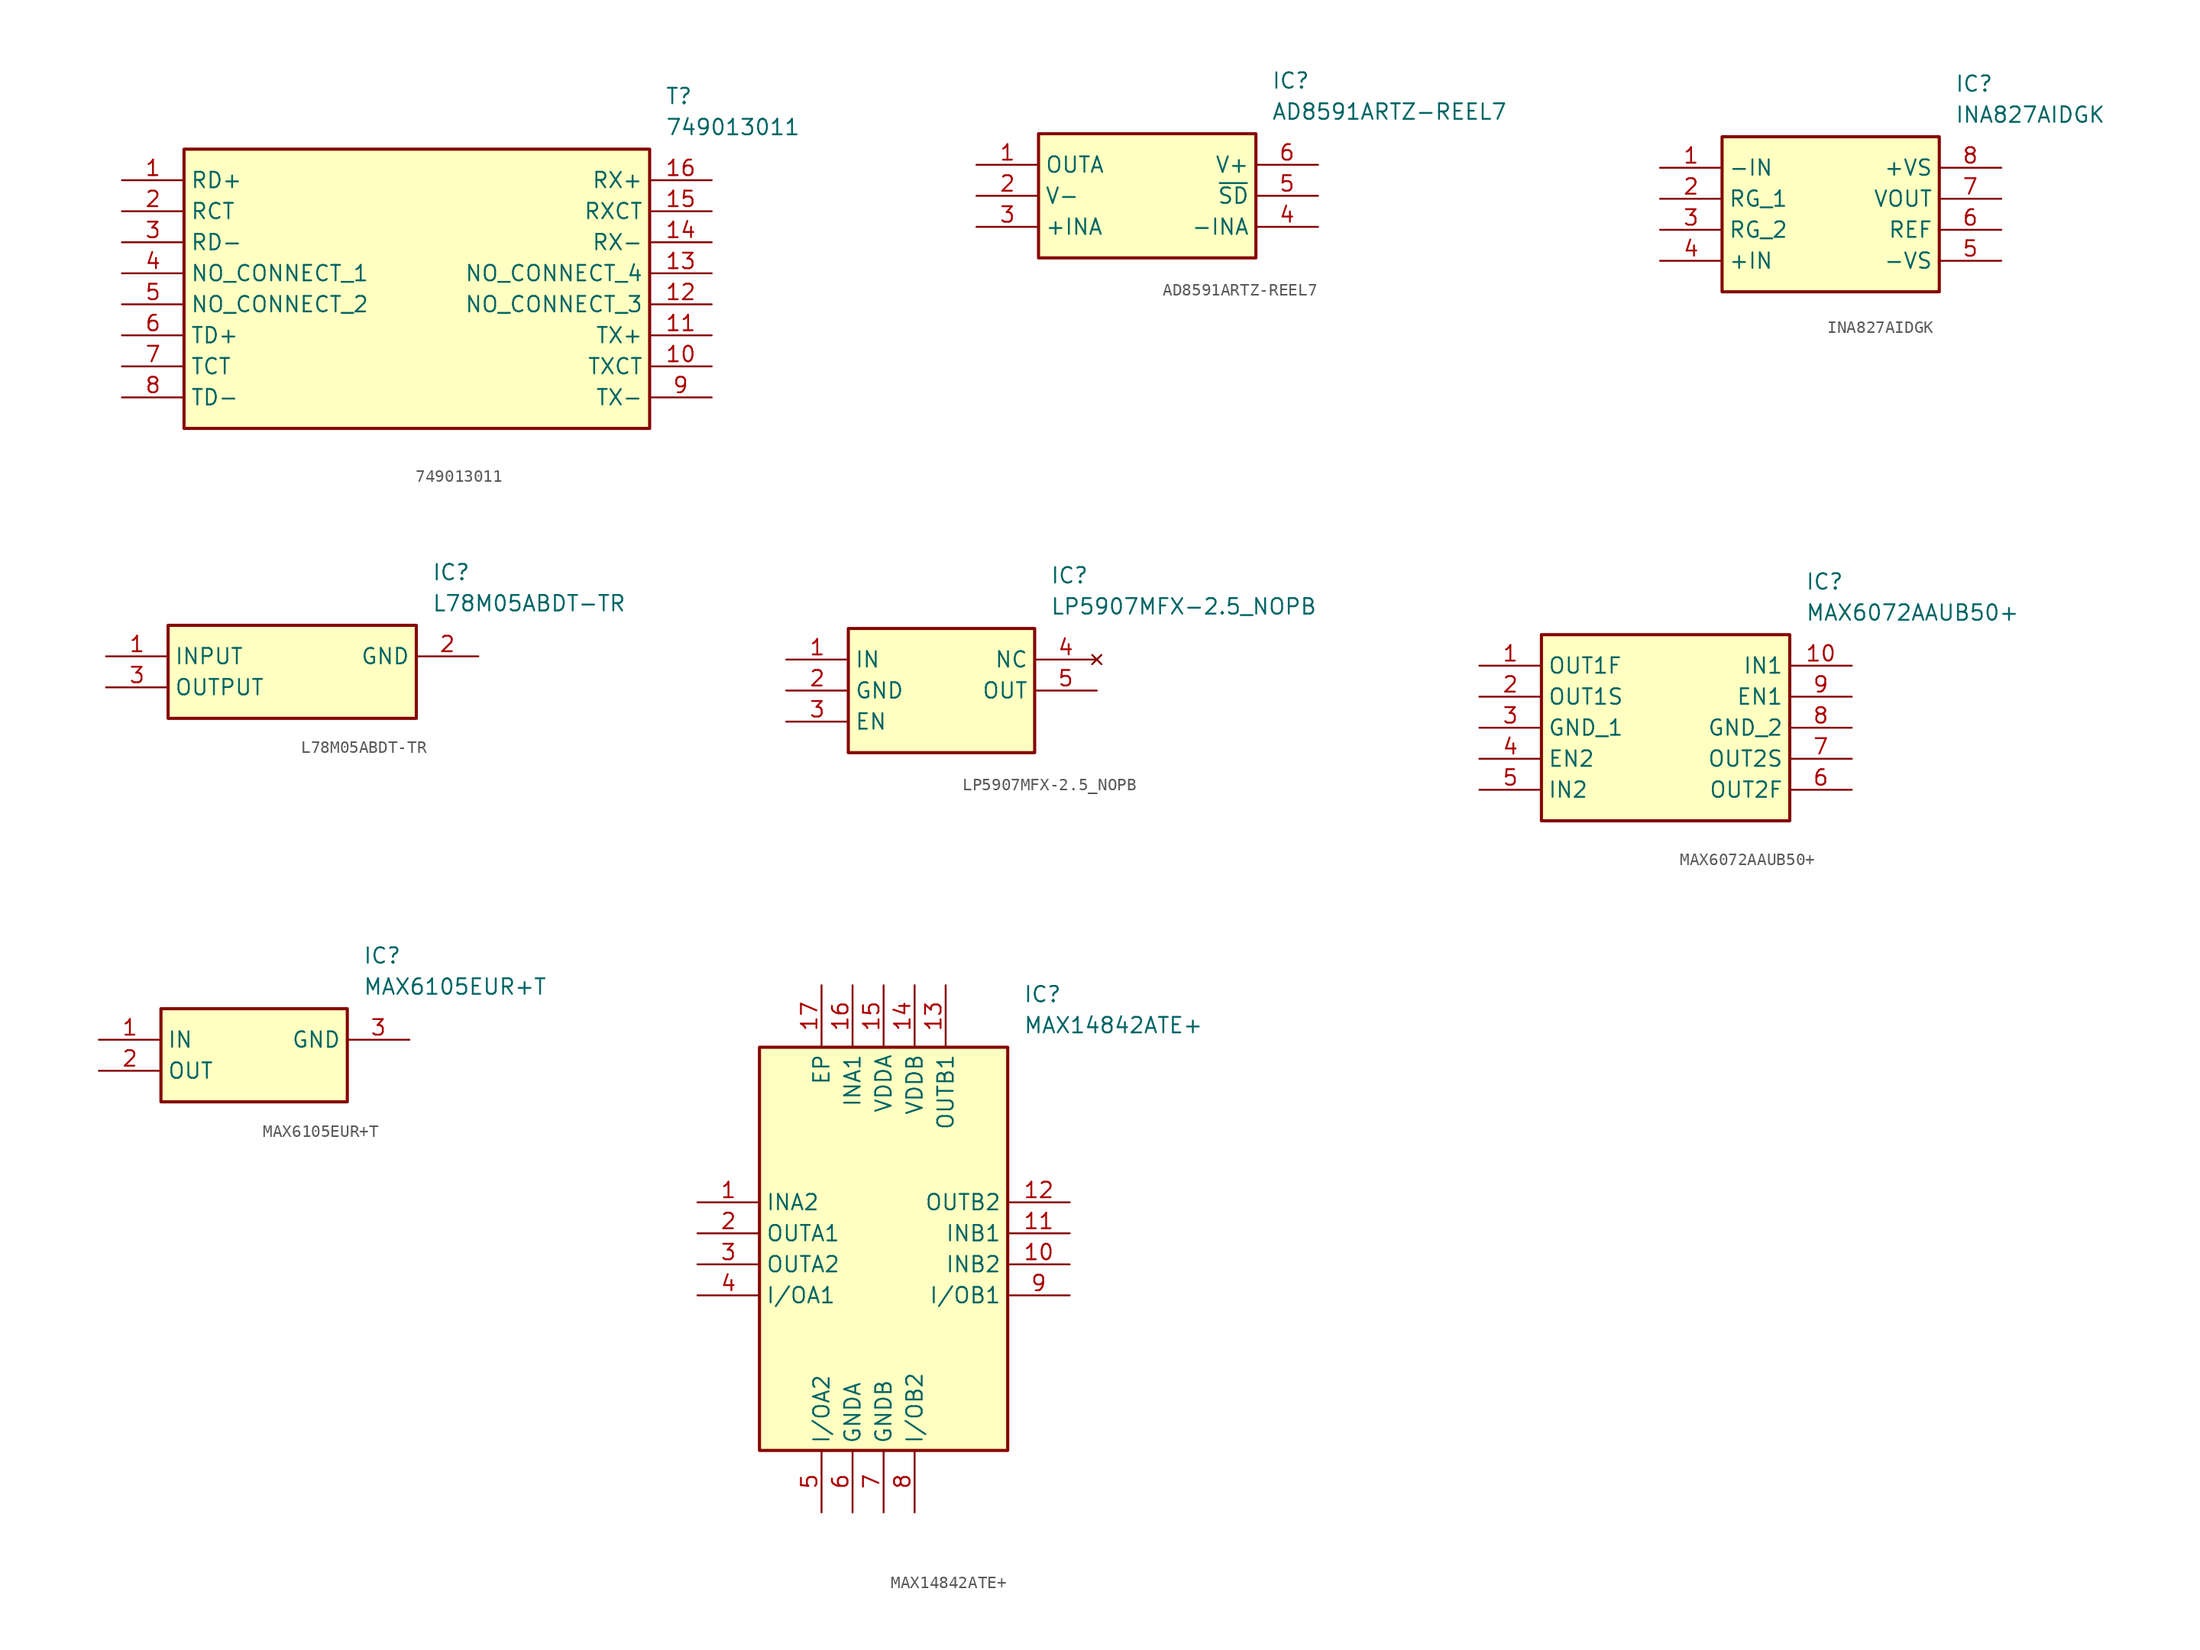
<source format=kicad_sym>
(kicad_symbol_lib
  (version 20241209)
  (generator "kicad_symbol_editor")
  (generator_version "9.0")
  (symbol "749013011"
    (property "Reference" "T"
      (at 44.45 7.62 0)
      (effects (font (size 1.27 1.27)) (justify left top)))
    (property "Value" "749013011"
      (at 44.45 5.08 0)
      (effects (font (size 1.27 1.27)) (justify left top)))
    (symbol "749013011_1_1"
      (rectangle (start 5.08 2.54) (end 43.18 -20.32) (stroke (width 0.254) (type default)) (fill (type background)))
      (pin passive line (at 0 0 0) (length 5.08) (name "RD+" (effects (font (size 1.27 1.27)))) (number "1" (effects (font (size 1.27 1.27)))))
      (pin passive line (at 0 -2.54 0) (length 5.08) (name "RCT" (effects (font (size 1.27 1.27)))) (number "2" (effects (font (size 1.27 1.27)))))
      (pin passive line (at 0 -5.08 0) (length 5.08) (name "RD-" (effects (font (size 1.27 1.27)))) (number "3" (effects (font (size 1.27 1.27)))))
      (pin passive line (at 0 -7.62 0) (length 5.08) (name "NO_CONNECT_1" (effects (font (size 1.27 1.27)))) (number "4" (effects (font (size 1.27 1.27)))))
      (pin passive line (at 0 -10.16 0) (length 5.08) (name "NO_CONNECT_2" (effects (font (size 1.27 1.27)))) (number "5" (effects (font (size 1.27 1.27)))))
      (pin passive line (at 0 -12.7 0) (length 5.08) (name "TD+" (effects (font (size 1.27 1.27)))) (number "6" (effects (font (size 1.27 1.27)))))
      (pin passive line (at 0 -15.24 0) (length 5.08) (name "TCT" (effects (font (size 1.27 1.27)))) (number "7" (effects (font (size 1.27 1.27)))))
      (pin passive line (at 0 -17.78 0) (length 5.08) (name "TD-" (effects (font (size 1.27 1.27)))) (number "8" (effects (font (size 1.27 1.27)))))
      (pin passive line (at 48.26 0 180) (length 5.08) (name "RX+" (effects (font (size 1.27 1.27)))) (number "16" (effects (font (size 1.27 1.27)))))
      (pin passive line (at 48.26 -2.54 180) (length 5.08) (name "RXCT" (effects (font (size 1.27 1.27)))) (number "15" (effects (font (size 1.27 1.27)))))
      (pin passive line (at 48.26 -5.08 180) (length 5.08) (name "RX-" (effects (font (size 1.27 1.27)))) (number "14" (effects (font (size 1.27 1.27)))))
      (pin passive line (at 48.26 -7.62 180) (length 5.08) (name "NO_CONNECT_4" (effects (font (size 1.27 1.27)))) (number "13" (effects (font (size 1.27 1.27)))))
      (pin passive line (at 48.26 -10.16 180) (length 5.08) (name "NO_CONNECT_3" (effects (font (size 1.27 1.27)))) (number "12" (effects (font (size 1.27 1.27)))))
      (pin passive line (at 48.26 -12.7 180) (length 5.08) (name "TX+" (effects (font (size 1.27 1.27)))) (number "11" (effects (font (size 1.27 1.27)))))
      (pin passive line (at 48.26 -15.24 180) (length 5.08) (name "TXCT" (effects (font (size 1.27 1.27)))) (number "10" (effects (font (size 1.27 1.27)))))
      (pin passive line (at 48.26 -17.78 180) (length 5.08) (name "TX-" (effects (font (size 1.27 1.27)))) (number "9" (effects (font (size 1.27 1.27)))))))
  (symbol "AD8591ARTZ-REEL7"
    (property "Reference" "IC"
      (at 24.13 7.62 0)
      (effects (font (size 1.27 1.27)) (justify left top)))
    (property "Value" "AD8591ARTZ-REEL7"
      (at 24.13 5.08 0)
      (effects (font (size 1.27 1.27)) (justify left top)))
    (symbol "AD8591ARTZ-REEL7_1_1"
      (rectangle (start 5.08 2.54) (end 22.86 -7.62) (stroke (width 0.254) (type default)) (fill (type background)))
      (pin passive line (at 0 0 0) (length 5.08) (name "OUTA" (effects (font (size 1.27 1.27)))) (number "1" (effects (font (size 1.27 1.27)))))
      (pin passive line (at 0 -2.54 0) (length 5.08) (name "V-" (effects (font (size 1.27 1.27)))) (number "2" (effects (font (size 1.27 1.27)))))
      (pin passive line (at 0 -5.08 0) (length 5.08) (name "+INA" (effects (font (size 1.27 1.27)))) (number "3" (effects (font (size 1.27 1.27)))))
      (pin passive line (at 27.94 0 180) (length 5.08) (name "V+" (effects (font (size 1.27 1.27)))) (number "6" (effects (font (size 1.27 1.27)))))
      (pin passive line (at 27.94 -2.54 180) (length 5.08) (name "~{SD}" (effects (font (size 1.27 1.27)))) (number "5" (effects (font (size 1.27 1.27)))))
      (pin passive line (at 27.94 -5.08 180) (length 5.08) (name "-INA" (effects (font (size 1.27 1.27)))) (number "4" (effects (font (size 1.27 1.27)))))))
  (symbol "INA827AIDGK"
    (property "Reference" "IC"
      (at 24.13 7.62 0)
      (effects (font (size 1.27 1.27)) (justify left top)))
    (property "Value" "INA827AIDGK"
      (at 24.13 5.08 0)
      (effects (font (size 1.27 1.27)) (justify left top)))
    (symbol "INA827AIDGK_1_1"
      (rectangle (start 5.08 2.54) (end 22.86 -10.16) (stroke (width 0.254) (type default)) (fill (type background)))
      (pin passive line (at 0 0 0) (length 5.08) (name "-IN" (effects (font (size 1.27 1.27)))) (number "1" (effects (font (size 1.27 1.27)))))
      (pin passive line (at 0 -2.54 0) (length 5.08) (name "RG_1" (effects (font (size 1.27 1.27)))) (number "2" (effects (font (size 1.27 1.27)))))
      (pin passive line (at 0 -5.08 0) (length 5.08) (name "RG_2" (effects (font (size 1.27 1.27)))) (number "3" (effects (font (size 1.27 1.27)))))
      (pin passive line (at 0 -7.62 0) (length 5.08) (name "+IN" (effects (font (size 1.27 1.27)))) (number "4" (effects (font (size 1.27 1.27)))))
      (pin passive line (at 27.94 0 180) (length 5.08) (name "+VS" (effects (font (size 1.27 1.27)))) (number "8" (effects (font (size 1.27 1.27)))))
      (pin passive line (at 27.94 -2.54 180) (length 5.08) (name "VOUT" (effects (font (size 1.27 1.27)))) (number "7" (effects (font (size 1.27 1.27)))))
      (pin passive line (at 27.94 -5.08 180) (length 5.08) (name "REF" (effects (font (size 1.27 1.27)))) (number "6" (effects (font (size 1.27 1.27)))))
      (pin passive line (at 27.94 -7.62 180) (length 5.08) (name "-VS" (effects (font (size 1.27 1.27)))) (number "5" (effects (font (size 1.27 1.27)))))))
  (symbol "L78M05ABDT-TR"
    (property "Reference" "IC"
      (at 26.67 7.62 0)
      (effects (font (size 1.27 1.27)) (justify left top)))
    (property "Value" "L78M05ABDT-TR"
      (at 26.67 5.08 0)
      (effects (font (size 1.27 1.27)) (justify left top)))
    (symbol "L78M05ABDT-TR_1_1"
      (rectangle (start 5.08 2.54) (end 25.4 -5.08) (stroke (width 0.254) (type default)) (fill (type background)))
      (pin passive line (at 0 0 0) (length 5.08) (name "INPUT" (effects (font (size 1.27 1.27)))) (number "1" (effects (font (size 1.27 1.27)))))
      (pin passive line (at 0 -2.54 0) (length 5.08) (name "OUTPUT" (effects (font (size 1.27 1.27)))) (number "3" (effects (font (size 1.27 1.27)))))
      (pin passive line (at 30.48 0 180) (length 5.08) (name "GND" (effects (font (size 1.27 1.27)))) (number "2" (effects (font (size 1.27 1.27)))))))
  (symbol "LP5907MFX-2.5_NOPB"
    (property "Reference" "IC"
      (at 21.59 7.62 0)
      (effects (font (size 1.27 1.27)) (justify left top)))
    (property "Value" "LP5907MFX-2.5_NOPB"
      (at 21.59 5.08 0)
      (effects (font (size 1.27 1.27)) (justify left top)))
    (symbol "LP5907MFX-2.5_NOPB_1_1"
      (rectangle (start 5.08 2.54) (end 20.32 -7.62) (stroke (width 0.254) (type default)) (fill (type background)))
      (pin passive line (at 0 0 0) (length 5.08) (name "IN" (effects (font (size 1.27 1.27)))) (number "1" (effects (font (size 1.27 1.27)))))
      (pin passive line (at 0 -2.54 0) (length 5.08) (name "GND" (effects (font (size 1.27 1.27)))) (number "2" (effects (font (size 1.27 1.27)))))
      (pin passive line (at 0 -5.08 0) (length 5.08) (name "EN" (effects (font (size 1.27 1.27)))) (number "3" (effects (font (size 1.27 1.27)))))
      (pin no_connect line (at 25.4 0 180) (length 5.08) (name "NC" (effects (font (size 1.27 1.27)))) (number "4" (effects (font (size 1.27 1.27)))))
      (pin passive line (at 25.4 -2.54 180) (length 5.08) (name "OUT" (effects (font (size 1.27 1.27)))) (number "5" (effects (font (size 1.27 1.27)))))))
  (symbol "MAX6072AAUB50+"
    (property "Reference" "IC"
      (at 26.67 7.62 0)
      (effects (font (size 1.27 1.27)) (justify left top)))
    (property "Value" "MAX6072AAUB50+"
      (at 26.67 5.08 0)
      (effects (font (size 1.27 1.27)) (justify left top)))
    (symbol "MAX6072AAUB50+_1_1"
      (rectangle (start 5.08 2.54) (end 25.4 -12.7) (stroke (width 0.254) (type default)) (fill (type background)))
      (pin passive line (at 0 0 0) (length 5.08) (name "OUT1F" (effects (font (size 1.27 1.27)))) (number "1" (effects (font (size 1.27 1.27)))))
      (pin passive line (at 0 -2.54 0) (length 5.08) (name "OUT1S" (effects (font (size 1.27 1.27)))) (number "2" (effects (font (size 1.27 1.27)))))
      (pin passive line (at 0 -5.08 0) (length 5.08) (name "GND_1" (effects (font (size 1.27 1.27)))) (number "3" (effects (font (size 1.27 1.27)))))
      (pin passive line (at 0 -7.62 0) (length 5.08) (name "EN2" (effects (font (size 1.27 1.27)))) (number "4" (effects (font (size 1.27 1.27)))))
      (pin passive line (at 0 -10.16 0) (length 5.08) (name "IN2" (effects (font (size 1.27 1.27)))) (number "5" (effects (font (size 1.27 1.27)))))
      (pin passive line (at 30.48 0 180) (length 5.08) (name "IN1" (effects (font (size 1.27 1.27)))) (number "10" (effects (font (size 1.27 1.27)))))
      (pin passive line (at 30.48 -2.54 180) (length 5.08) (name "EN1" (effects (font (size 1.27 1.27)))) (number "9" (effects (font (size 1.27 1.27)))))
      (pin passive line (at 30.48 -5.08 180) (length 5.08) (name "GND_2" (effects (font (size 1.27 1.27)))) (number "8" (effects (font (size 1.27 1.27)))))
      (pin passive line (at 30.48 -7.62 180) (length 5.08) (name "OUT2S" (effects (font (size 1.27 1.27)))) (number "7" (effects (font (size 1.27 1.27)))))
      (pin passive line (at 30.48 -10.16 180) (length 5.08) (name "OUT2F" (effects (font (size 1.27 1.27)))) (number "6" (effects (font (size 1.27 1.27)))))))
  (symbol "MAX6105EUR+T"
    (property "Reference" "IC"
      (at 21.59 7.62 0)
      (effects (font (size 1.27 1.27)) (justify left top)))
    (property "Value" "MAX6105EUR+T"
      (at 21.59 5.08 0)
      (effects (font (size 1.27 1.27)) (justify left top)))
    (symbol "MAX6105EUR+T_1_1"
      (rectangle (start 5.08 2.54) (end 20.32 -5.08) (stroke (width 0.254) (type default)) (fill (type background)))
      (pin passive line (at 0 0 0) (length 5.08) (name "IN" (effects (font (size 1.27 1.27)))) (number "1" (effects (font (size 1.27 1.27)))))
      (pin passive line (at 0 -2.54 0) (length 5.08) (name "OUT" (effects (font (size 1.27 1.27)))) (number "2" (effects (font (size 1.27 1.27)))))
      (pin passive line (at 25.4 0 180) (length 5.08) (name "GND" (effects (font (size 1.27 1.27)))) (number "3" (effects (font (size 1.27 1.27)))))))
  (symbol "MAX14842ATE+"
    (property "Reference" "IC"
      (at 26.67 17.78 0)
      (effects (font (size 1.27 1.27)) (justify left top)))
    (property "Value" "MAX14842ATE+"
      (at 26.67 15.24 0)
      (effects (font (size 1.27 1.27)) (justify left top)))
    (symbol "MAX14842ATE+_1_1"
      (rectangle (start 5.08 12.7) (end 25.4 -20.32) (stroke (width 0.254) (type default)) (fill (type background)))
      (pin passive line (at 0 0 0) (length 5.08) (name "INA2" (effects (font (size 1.27 1.27)))) (number "1" (effects (font (size 1.27 1.27)))))
      (pin passive line (at 0 -2.54 0) (length 5.08) (name "OUTA1" (effects (font (size 1.27 1.27)))) (number "2" (effects (font (size 1.27 1.27)))))
      (pin passive line (at 0 -5.08 0) (length 5.08) (name "OUTA2" (effects (font (size 1.27 1.27)))) (number "3" (effects (font (size 1.27 1.27)))))
      (pin passive line (at 0 -7.62 0) (length 5.08) (name "I/OA1" (effects (font (size 1.27 1.27)))) (number "4" (effects (font (size 1.27 1.27)))))
      (pin passive line (at 10.16 17.78 270) (length 5.08) (name "EP" (effects (font (size 1.27 1.27)))) (number "17" (effects (font (size 1.27 1.27)))))
      (pin passive line (at 10.16 -25.4 90) (length 5.08) (name "I/OA2" (effects (font (size 1.27 1.27)))) (number "5" (effects (font (size 1.27 1.27)))))
      (pin passive line (at 12.7 17.78 270) (length 5.08) (name "INA1" (effects (font (size 1.27 1.27)))) (number "16" (effects (font (size 1.27 1.27)))))
      (pin passive line (at 12.7 -25.4 90) (length 5.08) (name "GNDA" (effects (font (size 1.27 1.27)))) (number "6" (effects (font (size 1.27 1.27)))))
      (pin passive line (at 15.24 17.78 270) (length 5.08) (name "VDDA" (effects (font (size 1.27 1.27)))) (number "15" (effects (font (size 1.27 1.27)))))
      (pin passive line (at 15.24 -25.4 90) (length 5.08) (name "GNDB" (effects (font (size 1.27 1.27)))) (number "7" (effects (font (size 1.27 1.27)))))
      (pin passive line (at 17.78 17.78 270) (length 5.08) (name "VDDB" (effects (font (size 1.27 1.27)))) (number "14" (effects (font (size 1.27 1.27)))))
      (pin passive line (at 17.78 -25.4 90) (length 5.08) (name "I/OB2" (effects (font (size 1.27 1.27)))) (number "8" (effects (font (size 1.27 1.27)))))
      (pin passive line (at 20.32 17.78 270) (length 5.08) (name "OUTB1" (effects (font (size 1.27 1.27)))) (number "13" (effects (font (size 1.27 1.27)))))
      (pin passive line (at 30.48 0 180) (length 5.08) (name "OUTB2" (effects (font (size 1.27 1.27)))) (number "12" (effects (font (size 1.27 1.27)))))
      (pin passive line (at 30.48 -2.54 180) (length 5.08) (name "INB1" (effects (font (size 1.27 1.27)))) (number "11" (effects (font (size 1.27 1.27)))))
      (pin passive line (at 30.48 -5.08 180) (length 5.08) (name "INB2" (effects (font (size 1.27 1.27)))) (number "10" (effects (font (size 1.27 1.27)))))
      (pin passive line (at 30.48 -7.62 180) (length 5.08) (name "I/OB1" (effects (font (size 1.27 1.27)))) (number "9" (effects (font (size 1.27 1.27))))))))
</source>
